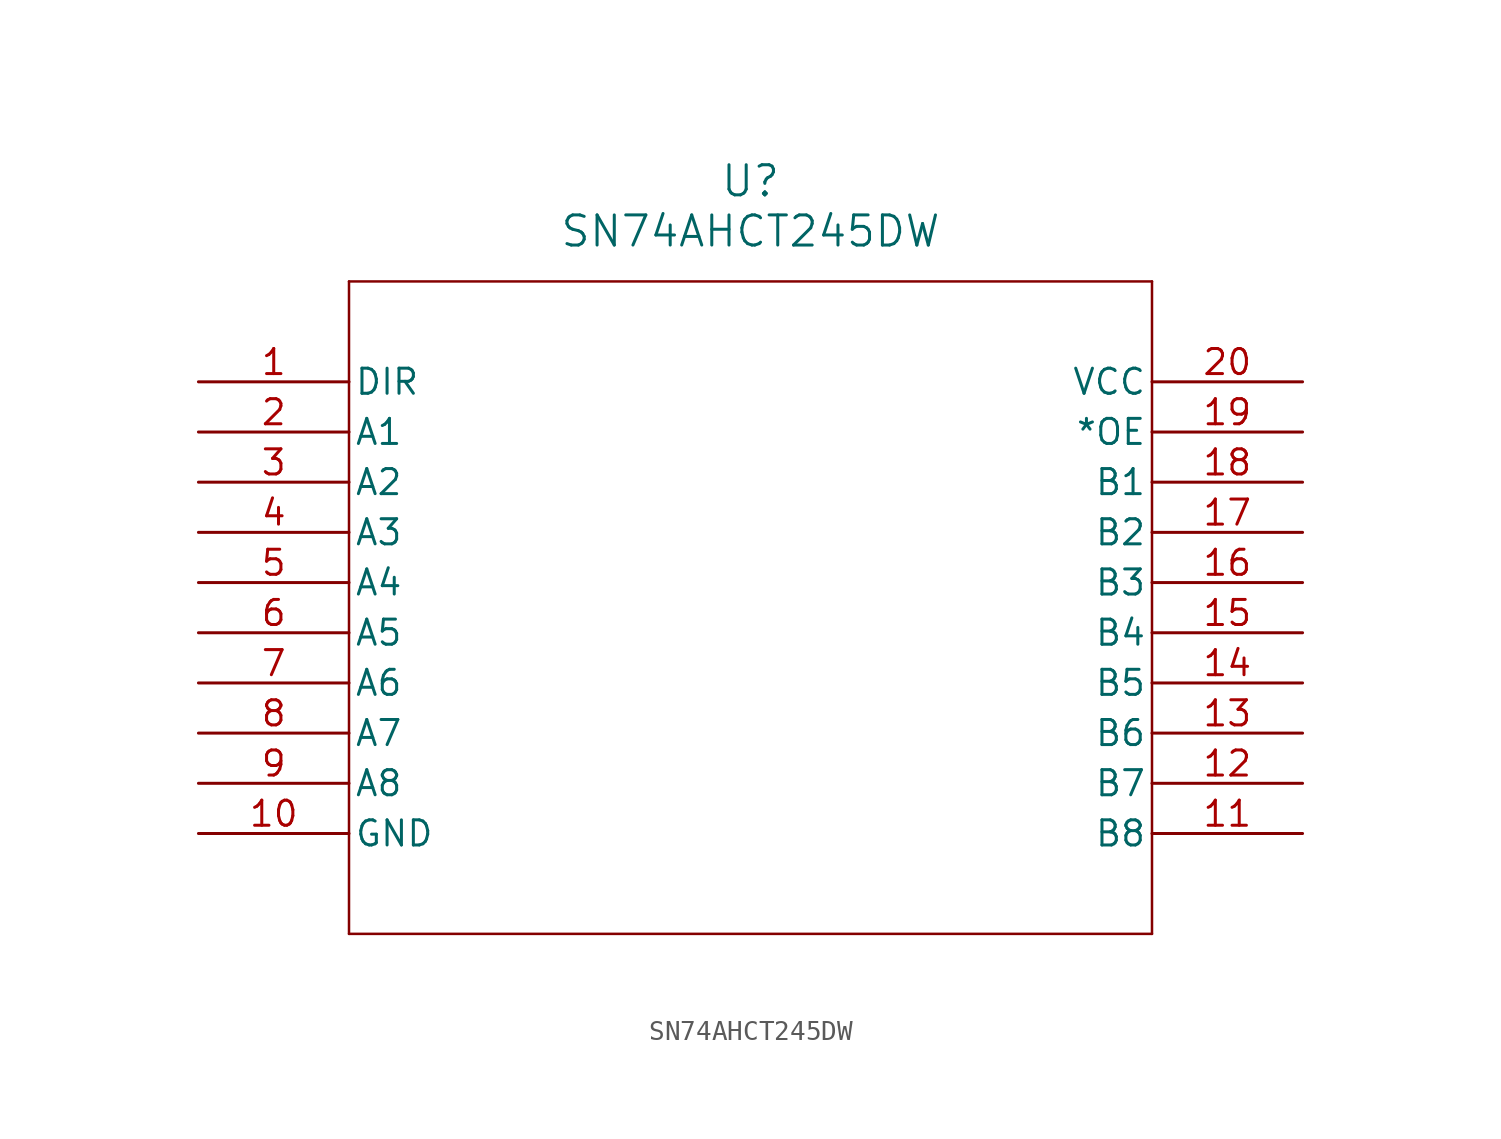
<source format=kicad_sym>
(kicad_symbol_lib
  (version 20211014)
  (generator kicad_symbol_editor)
  (symbol "SN74AHCT245DW"
    (pin_names
      (offset 0.254))
    (property "Reference" "U"
      (at 27.94 10.16 0)
      (effects (font (size 1.524 1.524))))
    (property "Value" "SN74AHCT245DW"
      (at 27.94 7.62 0)
      (effects (font (size 1.524 1.524))))
    (symbol "SN74AHCT245DW_0_1"
      (polyline (pts (xy 7.62 5.08) (xy 7.62 -27.94)) (stroke (width 0.127) (type default) (color 0 0 0 0)) (fill (type none)))
      (polyline (pts (xy 7.62 -27.94) (xy 48.26 -27.94)) (stroke (width 0.127) (type default) (color 0 0 0 0)) (fill (type none)))
      (polyline (pts (xy 48.26 -27.94) (xy 48.26 5.08)) (stroke (width 0.127) (type default) (color 0 0 0 0)) (fill (type none)))
      (polyline (pts (xy 48.26 5.08) (xy 7.62 5.08)) (stroke (width 0.127) (type default) (color 0 0 0 0)) (fill (type none)))
      (pin input line (at 0 0 0) (length 7.62) (name "DIR" (effects (font (size 1.27 1.27)))) (number "1" (effects (font (size 1.27 1.27)))))
      (pin bidirectional line (at 0 -2.54 0) (length 7.62) (name "A1" (effects (font (size 1.27 1.27)))) (number "2" (effects (font (size 1.27 1.27)))))
      (pin bidirectional line (at 0 -5.08 0) (length 7.62) (name "A2" (effects (font (size 1.27 1.27)))) (number "3" (effects (font (size 1.27 1.27)))))
      (pin bidirectional line (at 0 -7.62 0) (length 7.62) (name "A3" (effects (font (size 1.27 1.27)))) (number "4" (effects (font (size 1.27 1.27)))))
      (pin bidirectional line (at 0 -10.16 0) (length 7.62) (name "A4" (effects (font (size 1.27 1.27)))) (number "5" (effects (font (size 1.27 1.27)))))
      (pin bidirectional line (at 0 -12.7 0) (length 7.62) (name "A5" (effects (font (size 1.27 1.27)))) (number "6" (effects (font (size 1.27 1.27)))))
      (pin bidirectional line (at 0 -15.24 0) (length 7.62) (name "A6" (effects (font (size 1.27 1.27)))) (number "7" (effects (font (size 1.27 1.27)))))
      (pin bidirectional line (at 0 -17.78 0) (length 7.62) (name "A7" (effects (font (size 1.27 1.27)))) (number "8" (effects (font (size 1.27 1.27)))))
      (pin bidirectional line (at 0 -20.32 0) (length 7.62) (name "A8" (effects (font (size 1.27 1.27)))) (number "9" (effects (font (size 1.27 1.27)))))
      (pin power_in line (at 0 -22.86 0) (length 7.62) (name "GND" (effects (font (size 1.27 1.27)))) (number "10" (effects (font (size 1.27 1.27)))))
      (pin bidirectional line (at 55.88 -22.86 180) (length 7.62) (name "B8" (effects (font (size 1.27 1.27)))) (number "11" (effects (font (size 1.27 1.27)))))
      (pin bidirectional line (at 55.88 -20.32 180) (length 7.62) (name "B7" (effects (font (size 1.27 1.27)))) (number "12" (effects (font (size 1.27 1.27)))))
      (pin bidirectional line (at 55.88 -17.78 180) (length 7.62) (name "B6" (effects (font (size 1.27 1.27)))) (number "13" (effects (font (size 1.27 1.27)))))
      (pin bidirectional line (at 55.88 -15.24 180) (length 7.62) (name "B5" (effects (font (size 1.27 1.27)))) (number "14" (effects (font (size 1.27 1.27)))))
      (pin bidirectional line (at 55.88 -12.7 180) (length 7.62) (name "B4" (effects (font (size 1.27 1.27)))) (number "15" (effects (font (size 1.27 1.27)))))
      (pin bidirectional line (at 55.88 -10.16 180) (length 7.62) (name "B3" (effects (font (size 1.27 1.27)))) (number "16" (effects (font (size 1.27 1.27)))))
      (pin bidirectional line (at 55.88 -7.62 180) (length 7.62) (name "B2" (effects (font (size 1.27 1.27)))) (number "17" (effects (font (size 1.27 1.27)))))
      (pin bidirectional line (at 55.88 -5.08 180) (length 7.62) (name "B1" (effects (font (size 1.27 1.27)))) (number "18" (effects (font (size 1.27 1.27)))))
      (pin input line (at 55.88 -2.54 180) (length 7.62) (name "*OE" (effects (font (size 1.27 1.27)))) (number "19" (effects (font (size 1.27 1.27)))))
      (pin power_in line (at 55.88 0 180) (length 7.62) (name "VCC" (effects (font (size 1.27 1.27)))) (number "20" (effects (font (size 1.27 1.27))))))))
</source>
